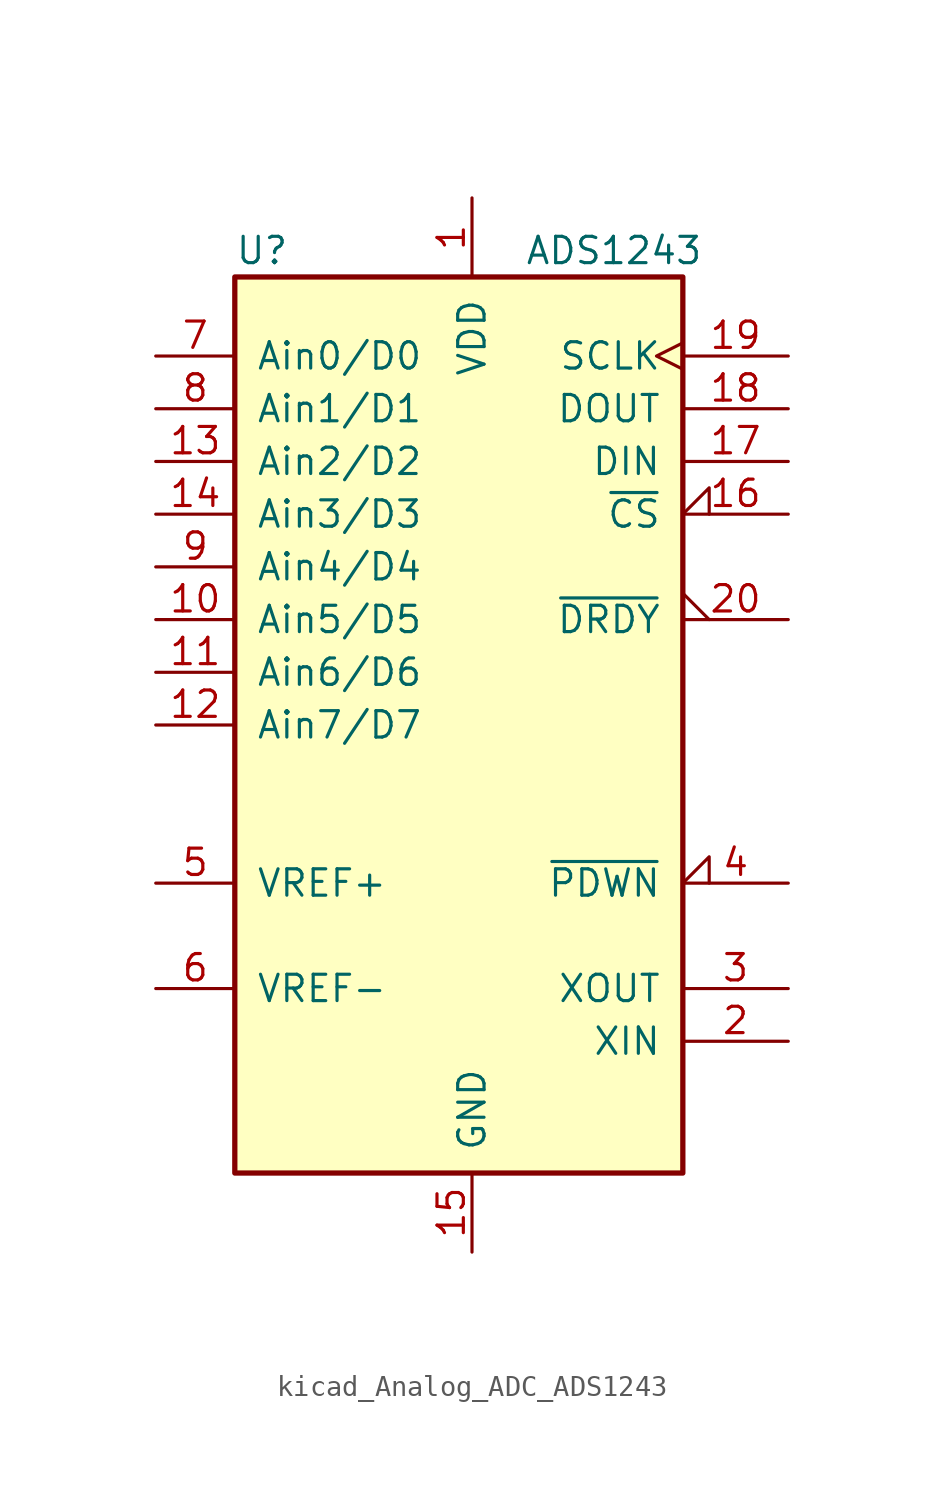
<source format=kicad_sym>
(kicad_symbol_lib
  (version 20220914)
  (generator kicad_symbol_editor)
  (symbol "kicad_Analog_ADC_ADS1243"
    (pin_names
      (offset 1.016))
    (property "Reference" "U"
      (at -11.43 22.86 0)
      (effects (font (size 1.27 1.27)) (justify left)))
    (property "Value" "ADS1243"
      (at 2.54 22.86 0)
      (effects (font (size 1.27 1.27)) (justify left)))
    (symbol "kicad_Analog_ADC_ADS1243_0_1"
      (rectangle (start -11.43 21.59) (end 10.16 -21.59) (stroke (width 0.254) (type default)) (fill (type background))))
    (symbol "kicad_Analog_ADC_ADS1243_1_1"
      (pin power_in line (at 0 25.4 270) (length 3.81) (name "VDD" (effects (font (size 1.27 1.27)))) (number "1" (effects (font (size 1.27 1.27)))))
      (pin input line (at -15.24 5.08 0) (length 3.81) (name "Ain5/D5" (effects (font (size 1.27 1.27)))) (number "10" (effects (font (size 1.27 1.27)))))
      (pin input line (at -15.24 2.54 0) (length 3.81) (name "Ain6/D6" (effects (font (size 1.27 1.27)))) (number "11" (effects (font (size 1.27 1.27)))))
      (pin input line (at -15.24 0 0) (length 3.81) (name "Ain7/D7" (effects (font (size 1.27 1.27)))) (number "12" (effects (font (size 1.27 1.27)))))
      (pin input line (at -15.24 12.7 0) (length 3.81) (name "Ain2/D2" (effects (font (size 1.27 1.27)))) (number "13" (effects (font (size 1.27 1.27)))))
      (pin input line (at -15.24 10.16 0) (length 3.81) (name "Ain3/D3" (effects (font (size 1.27 1.27)))) (number "14" (effects (font (size 1.27 1.27)))))
      (pin power_in line (at 0 -25.4 90) (length 3.81) (name "GND" (effects (font (size 1.27 1.27)))) (number "15" (effects (font (size 1.27 1.27)))))
      (pin input input_low (at 15.24 10.16 180) (length 5.08) (name "~{CS}" (effects (font (size 1.27 1.27)))) (number "16" (effects (font (size 1.27 1.27)))))
      (pin input line (at 15.24 12.7 180) (length 5.08) (name "DIN" (effects (font (size 1.27 1.27)))) (number "17" (effects (font (size 1.27 1.27)))))
      (pin output line (at 15.24 15.24 180) (length 5.08) (name "DOUT" (effects (font (size 1.27 1.27)))) (number "18" (effects (font (size 1.27 1.27)))))
      (pin input clock (at 15.24 17.78 180) (length 5.08) (name "SCLK" (effects (font (size 1.27 1.27)))) (number "19" (effects (font (size 1.27 1.27)))))
      (pin input line (at 15.24 -15.24 180) (length 5.08) (name "XIN" (effects (font (size 1.27 1.27)))) (number "2" (effects (font (size 1.27 1.27)))))
      (pin open_collector output_low (at 15.24 5.08 180) (length 5.08) (name "~{DRDY}" (effects (font (size 1.27 1.27)))) (number "20" (effects (font (size 1.27 1.27)))))
      (pin output line (at 15.24 -12.7 180) (length 5.08) (name "XOUT" (effects (font (size 1.27 1.27)))) (number "3" (effects (font (size 1.27 1.27)))))
      (pin input input_low (at 15.24 -7.62 180) (length 5.08) (name "~{PDWN}" (effects (font (size 1.27 1.27)))) (number "4" (effects (font (size 1.27 1.27)))))
      (pin input line (at -15.24 -7.62 0) (length 3.81) (name "VREF+" (effects (font (size 1.27 1.27)))) (number "5" (effects (font (size 1.27 1.27)))))
      (pin input line (at -15.24 -12.7 0) (length 3.81) (name "VREF-" (effects (font (size 1.27 1.27)))) (number "6" (effects (font (size 1.27 1.27)))))
      (pin input line (at -15.24 17.78 0) (length 3.81) (name "Ain0/D0" (effects (font (size 1.27 1.27)))) (number "7" (effects (font (size 1.27 1.27)))))
      (pin input line (at -15.24 15.24 0) (length 3.81) (name "Ain1/D1" (effects (font (size 1.27 1.27)))) (number "8" (effects (font (size 1.27 1.27)))))
      (pin input line (at -15.24 7.62 0) (length 3.81) (name "Ain4/D4" (effects (font (size 1.27 1.27)))) (number "9" (effects (font (size 1.27 1.27))))))))
</source>
